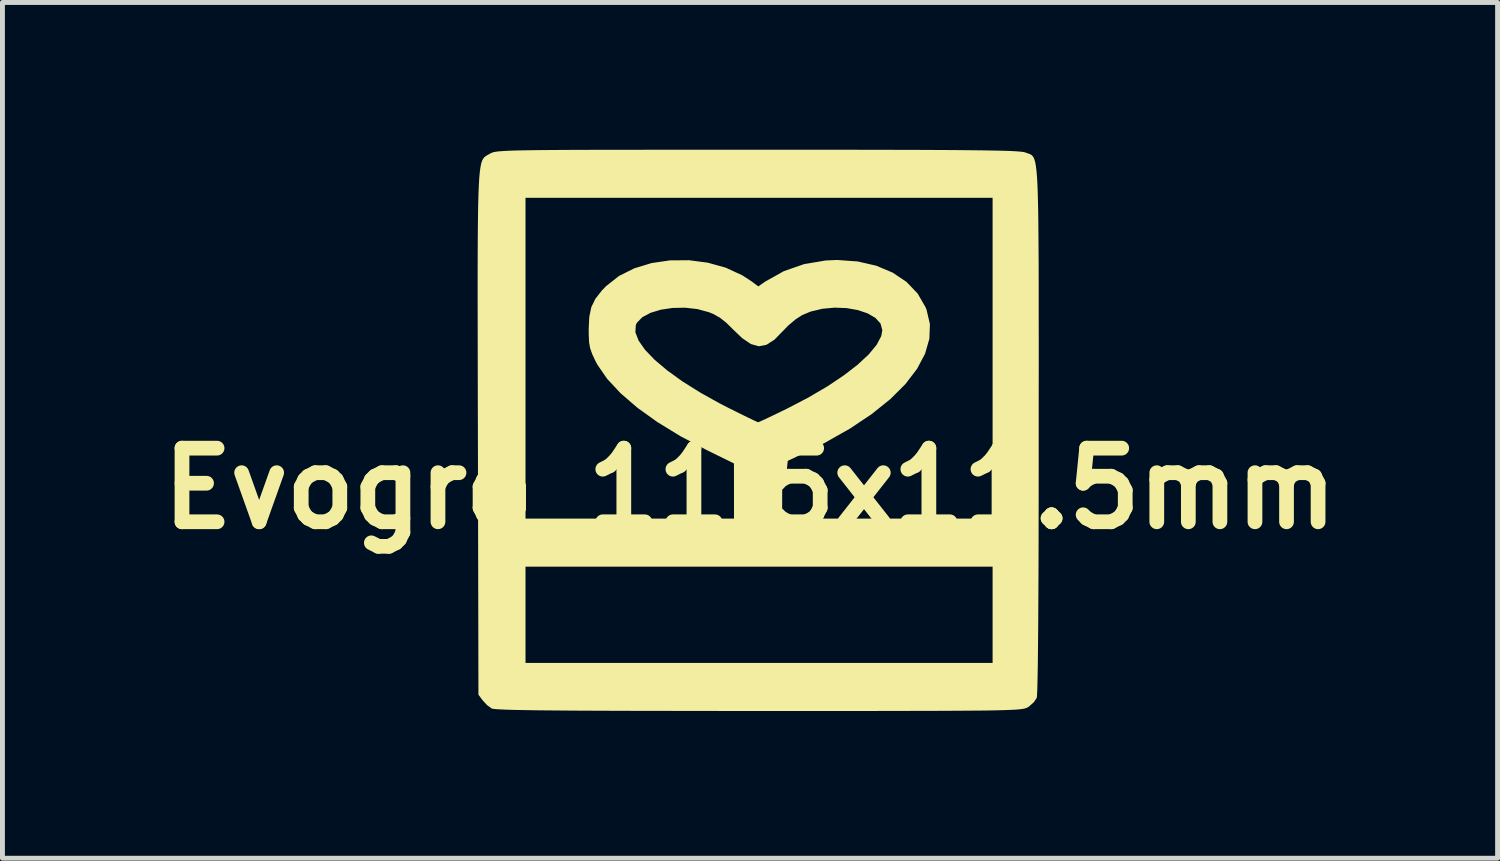
<source format=kicad_pcb>
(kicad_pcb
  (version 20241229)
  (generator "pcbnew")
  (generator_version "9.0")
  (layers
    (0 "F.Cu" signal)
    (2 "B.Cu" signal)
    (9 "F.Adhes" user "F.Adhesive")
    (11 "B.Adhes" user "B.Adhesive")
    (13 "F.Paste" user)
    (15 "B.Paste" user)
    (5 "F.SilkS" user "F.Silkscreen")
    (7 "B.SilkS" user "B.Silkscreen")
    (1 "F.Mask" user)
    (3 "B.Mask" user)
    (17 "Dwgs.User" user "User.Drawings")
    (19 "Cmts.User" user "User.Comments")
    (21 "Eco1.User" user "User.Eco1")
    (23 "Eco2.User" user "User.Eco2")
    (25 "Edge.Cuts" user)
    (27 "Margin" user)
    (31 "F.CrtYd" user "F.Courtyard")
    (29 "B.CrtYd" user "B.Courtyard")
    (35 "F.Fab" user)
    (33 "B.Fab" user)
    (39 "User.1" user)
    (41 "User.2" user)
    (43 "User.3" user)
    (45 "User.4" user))
  (footprint "Evogro_11.5x11.5mm"
    (layer "F.Cu")
    (at 12.229 6.901)
    (property "Reference" "Evogro_11.5x11.5mm" (at 0 0 0) (layer "F.SilkS") (effects (font (size 1.5 1.5) (thickness 0.3))))
    (attr board_only exclude_from_pos_files exclude_from_bom)
    (fp_poly (pts (xy 0.937 -6.901) (xy 1.643 -6.901) (xy 2.275 -6.9) (xy 2.837 -6.899) (xy 3.333 -6.898) (xy 3.768 -6.896) (xy 4.145 -6.894) (xy 4.468 -6.891) (xy 4.742 -6.888) (xy 4.97 -6.884) (xy 5.156 -6.88) (xy 5.305 -6.875) (xy 5.42 -6.869) (xy 5.505 -6.862) (xy 5.565 -6.855) (xy 5.603 -6.847) (xy 5.614 -6.843) (xy 5.651 -6.829) (xy 5.685 -6.818) (xy 5.716 -6.805) (xy 5.743 -6.786) (xy 5.767 -6.758) (xy 5.788 -6.716) (xy 5.807 -6.656) (xy 5.822 -6.574) (xy 5.836 -6.465) (xy 5.847 -6.327) (xy 5.856 -6.154) (xy 5.863 -5.943) (xy 5.869 -5.689) (xy 5.873 -5.389) (xy 5.876 -5.038) (xy 5.879 -4.632) (xy 5.88 -4.167) (xy 5.88 -3.64) (xy 5.881 -3.045) (xy 5.881 -2.379) (xy 5.88 -1.638) (xy 5.88 -1.189) (xy 5.88 -0.371) (xy 5.879 0.388) (xy 5.878 1.086) (xy 5.876 1.72) (xy 5.873 2.288) (xy 5.87 2.79) (xy 5.866 3.221) (xy 5.862 3.581) (xy 5.857 3.868) (xy 5.852 4.079) (xy 5.846 4.212) (xy 5.841 4.265) (xy 5.779 4.356) (xy 5.681 4.442) (xy 5.667 4.451) (xy 5.647 4.463) (xy 5.623 4.473) (xy 5.591 4.483) (xy 5.548 4.491) (xy 5.489 4.498) (xy 5.409 4.505) (xy 5.305 4.51) (xy 5.173 4.515) (xy 5.007 4.519) (xy 4.804 4.523) (xy 4.56 4.525) (xy 4.271 4.527) (xy 3.931 4.529) (xy 3.538 4.53) (xy 3.086 4.531) (xy 2.572 4.532) (xy 1.991 4.532) (xy 1.339 4.532) (xy 0.612 4.532) (xy 0.184 4.532) (xy -0.624 4.532) (xy -1.353 4.531) (xy -2.007 4.53) (xy -2.59 4.529) (xy -3.104 4.527) (xy -3.555 4.525) (xy -3.944 4.522) (xy -4.275 4.519) (xy -4.552 4.515) (xy -4.779 4.511) (xy -4.957 4.506) (xy -5.092 4.5) (xy -5.186 4.494) (xy -5.244 4.487) (xy -5.264 4.481) (xy -5.358 4.412) (xy -5.447 4.316) (xy -5.448 4.315) (xy -5.533 4.2) (xy -5.538 1.593) (xy -4.574 1.593) (xy -4.574 2.573) (xy -4.574 3.553) (xy 0.184 3.553) (xy 4.941 3.553) (xy 4.941 2.573) (xy 4.941 1.593) (xy 0.184 1.593) (xy -4.574 1.593) (xy -5.538 1.593) (xy -5.544 -1.126) (xy -5.546 -1.91) (xy -5.547 -2.617) (xy -5.548 -3.25) (xy -5.549 -3.814) (xy -5.549 -4.313) (xy -5.548 -4.751) (xy -5.546 -5.132) (xy -5.543 -5.46) (xy -5.539 -5.74) (xy -5.534 -5.921) (xy -4.574 -5.921) (xy -4.574 -2.654) (xy -4.574 0.613) (xy -2.45 0.613) (xy -0.327 0.613) (xy -0.327 0.051) (xy -0.328 -0.51) (xy -0.893 -0.788) (xy -1.417 -1.065) (xy -1.886 -1.352) (xy -2.295 -1.645) (xy -2.638 -1.941) (xy -2.911 -2.234) (xy -3.11 -2.523) (xy -3.149 -2.596) (xy -3.217 -2.742) (xy -3.258 -2.86) (xy -3.279 -2.981) (xy -3.286 -3.136) (xy -3.286 -3.183) (xy -2.336 -3.183) (xy -2.271 -3.014) (xy -2.139 -2.825) (xy -1.943 -2.621) (xy -1.688 -2.406) (xy -1.379 -2.183) (xy -1.019 -1.957) (xy -0.614 -1.731) (xy -0.42 -1.632) (xy -0.225 -1.535) (xy -0.056 -1.452) (xy 0.073 -1.39) (xy 0.149 -1.355) (xy 0.164 -1.349) (xy 0.206 -1.366) (xy 0.308 -1.412) (xy 0.457 -1.483) (xy 0.641 -1.572) (xy 0.756 -1.628) (xy 1.184 -1.851) (xy 1.57 -2.077) (xy 1.907 -2.302) (xy 2.191 -2.521) (xy 2.417 -2.731) (xy 2.579 -2.927) (xy 2.673 -3.105) (xy 2.695 -3.226) (xy 2.657 -3.362) (xy 2.553 -3.476) (xy 2.394 -3.568) (xy 2.194 -3.635) (xy 1.965 -3.675) (xy 1.72 -3.684) (xy 1.472 -3.661) (xy 1.234 -3.604) (xy 1.063 -3.533) (xy 0.928 -3.446) (xy 0.78 -3.321) (xy 0.671 -3.209) (xy 0.496 -3.031) (xy 0.334 -2.927) (xy 0.177 -2.897) (xy 0.016 -2.943) (xy -0.16 -3.063) (xy -0.323 -3.218) (xy -0.48 -3.373) (xy -0.613 -3.479) (xy -0.747 -3.554) (xy -0.837 -3.591) (xy -1.073 -3.655) (xy -1.325 -3.683) (xy -1.579 -3.678) (xy -1.818 -3.642) (xy -2.029 -3.578) (xy -2.196 -3.488) (xy -2.305 -3.376) (xy -2.327 -3.328) (xy -2.336 -3.183) (xy -3.286 -3.183) (xy -3.287 -3.246) (xy -3.275 -3.496) (xy -3.234 -3.693) (xy -3.152 -3.862) (xy -3.021 -4.03) (xy -2.935 -4.12) (xy -2.672 -4.328) (xy -2.358 -4.485) (xy -2.006 -4.592) (xy -1.63 -4.647) (xy -1.244 -4.65) (xy -0.861 -4.6) (xy -0.494 -4.498) (xy -0.157 -4.342) (xy 0.033 -4.218) (xy 0.168 -4.117) (xy 0.319 -4.221) (xy 0.69 -4.428) (xy 1.102 -4.571) (xy 1.542 -4.645) (xy 1.776 -4.655) (xy 2.193 -4.625) (xy 2.572 -4.538) (xy 2.906 -4.397) (xy 3.189 -4.207) (xy 3.415 -3.97) (xy 3.576 -3.691) (xy 3.595 -3.643) (xy 3.664 -3.35) (xy 3.653 -3.05) (xy 3.565 -2.745) (xy 3.402 -2.437) (xy 3.166 -2.128) (xy 2.858 -1.821) (xy 2.48 -1.517) (xy 2.035 -1.22) (xy 1.524 -0.931) (xy 1.164 -0.751) (xy 0.656 -0.51) (xy 0.655 0.051) (xy 0.653 0.613) (xy 2.797 0.613) (xy 4.941 0.613) (xy 4.941 -2.654) (xy 4.941 -5.921) (xy 0.184 -5.921) (xy -4.574 -5.921) (xy -5.534 -5.921) (xy -5.533 -5.975) (xy -5.525 -6.17) (xy -5.516 -6.329) (xy -5.504 -6.455) (xy -5.49 -6.554) (xy -5.474 -6.629) (xy -5.455 -6.684) (xy -5.433 -6.724) (xy -5.408 -6.752) (xy -5.38 -6.774) (xy -5.349 -6.792) (xy -5.314 -6.811) (xy -5.301 -6.819) (xy -5.28 -6.83) (xy -5.257 -6.841) (xy -5.226 -6.851) (xy -5.183 -6.859) (xy -5.125 -6.867) (xy -5.047 -6.873) (xy -4.944 -6.879) (xy -4.814 -6.884) (xy -4.65 -6.888) (xy -4.449 -6.891) (xy -4.208 -6.894) (xy -3.921 -6.896) (xy -3.584 -6.898) (xy -3.193 -6.899) (xy -2.744 -6.9) (xy -2.233 -6.9) (xy -1.656 -6.901) (xy -1.007 -6.901) (xy -0.283 -6.901) (xy 0.154 -6.901)) (stroke (width 0) (type solid)) (fill yes) (layer "F.SilkS")))
  (gr_rect
    (start -3 -3)
    (end 27.457 14.433)
    (stroke (width 0.1) (type default))
    (fill no)
    (layer "Edge.Cuts")))
</source>
